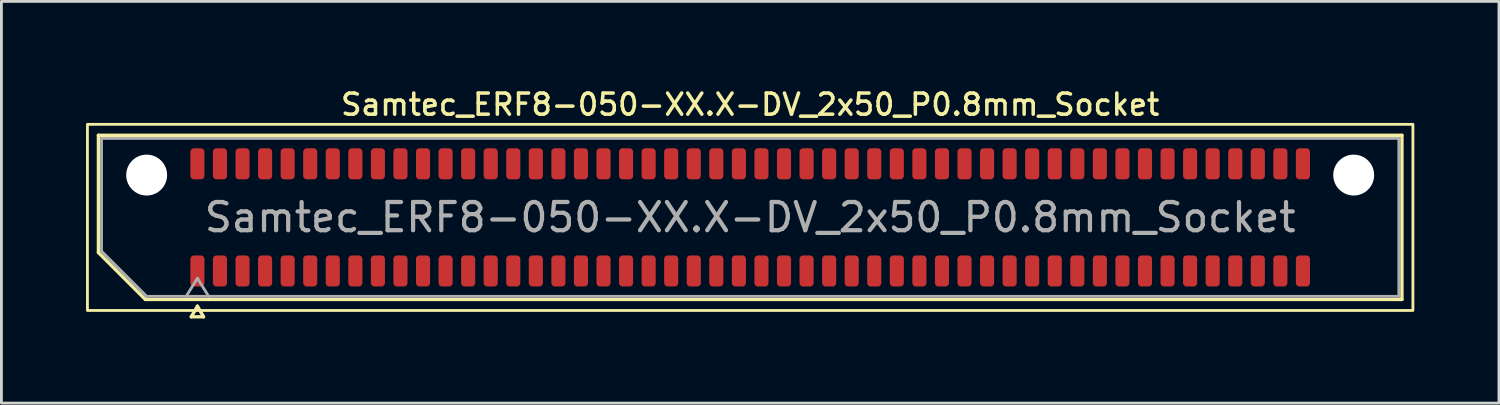
<source format=kicad_pcb>
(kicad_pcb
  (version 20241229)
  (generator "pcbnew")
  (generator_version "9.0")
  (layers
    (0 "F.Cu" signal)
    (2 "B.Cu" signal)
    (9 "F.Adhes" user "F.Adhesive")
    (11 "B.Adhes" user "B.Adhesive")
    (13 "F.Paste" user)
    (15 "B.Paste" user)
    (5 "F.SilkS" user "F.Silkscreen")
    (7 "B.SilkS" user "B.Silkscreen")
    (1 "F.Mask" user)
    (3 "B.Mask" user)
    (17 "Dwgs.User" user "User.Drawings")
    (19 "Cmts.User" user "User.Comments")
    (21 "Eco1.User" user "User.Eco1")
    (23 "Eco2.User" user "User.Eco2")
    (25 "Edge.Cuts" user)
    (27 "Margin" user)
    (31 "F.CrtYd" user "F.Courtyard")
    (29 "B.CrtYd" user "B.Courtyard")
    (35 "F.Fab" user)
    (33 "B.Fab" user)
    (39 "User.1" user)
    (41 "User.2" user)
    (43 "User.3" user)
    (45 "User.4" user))
  (footprint "Samtec_ERF8-050-XX.X-DV_2x50_P0.8mm_Socket"
    (layer "F.Cu")
    (at 23.55 4.658)
    (property "Reference" "Samtec_ERF8-050-XX.X-DV_2x50_P0.8mm_Socket" (at 0 -4 0) (layer "F.SilkS") (effects (font (size 0.75 0.75) (thickness 0.125))))
    (attr smd)
    (fp_line (start -23.11 -2.91) (end 23.11 -2.91) (stroke (width 0.12) (type solid)) (layer "F.SilkS"))
    (fp_line (start -23.11 1.246) (end -23.11 -2.91) (stroke (width 0.12) (type solid)) (layer "F.SilkS"))
    (fp_line (start -21.446 2.91) (end -23.11 1.246) (stroke (width 0.12) (type solid)) (layer "F.SilkS"))
    (fp_line (start -19.817 3.525) (end -19.6 3.15) (stroke (width 0.12) (type solid)) (layer "F.SilkS"))
    (fp_line (start -19.6 3.15) (end -19.383 3.525) (stroke (width 0.12) (type solid)) (layer "F.SilkS"))
    (fp_line (start -19.383 3.525) (end -19.817 3.525) (stroke (width 0.12) (type solid)) (layer "F.SilkS"))
    (fp_line (start 23.11 -2.91) (end 23.11 2.91) (stroke (width 0.12) (type solid)) (layer "F.SilkS"))
    (fp_line (start 23.11 2.91) (end -21.446 2.91) (stroke (width 0.12) (type solid)) (layer "F.SilkS"))
    (fp_rect (start -23.5 -3.3) (end 23.5 3.3) (stroke (width 0.1) (type solid)) (fill no) (layer "F.SilkS"))
    (fp_line (start -23 -2.8) (end 23 -2.8) (stroke (width 0.1) (type solid)) (layer "F.Fab"))
    (fp_line (start -23 1.2) (end -23 -2.8) (stroke (width 0.1) (type solid)) (layer "F.Fab"))
    (fp_line (start -21.4 2.8) (end -23 1.2) (stroke (width 0.1) (type solid)) (layer "F.Fab"))
    (fp_line (start -20 2.8) (end -19.6 2.16) (stroke (width 0.1) (type solid)) (layer "F.Fab"))
    (fp_line (start -19.6 2.16) (end -19.2 2.8) (stroke (width 0.1) (type solid)) (layer "F.Fab"))
    (fp_line (start 23 -2.8) (end 23 2.8) (stroke (width 0.1) (type solid)) (layer "F.Fab"))
    (fp_line (start 23 2.8) (end -21.4 2.8) (stroke (width 0.1) (type solid)) (layer "F.Fab"))
    (fp_text user "${REFERENCE}" (at 0 0 0) (layer "F.Fab") (effects (font (size 1 1) (thickness 0.15))))
    (pad "" np_thru_hole circle (at -21.4 -1.5) (size 1.45 1.45) (drill 1.45) (layers "*.Cu" "*.Mask"))
    (pad "" np_thru_hole circle (at 21.4 -1.5) (size 1.45 1.45) (drill 1.45) (layers "*.Cu" "*.Mask"))
    (pad "1" smd roundrect (at -19.6 1.9) (size 0.5 1.1) (layers "F.Cu" "F.Mask" "F.Paste") (roundrect_rratio 0.25))
    (pad "2" smd roundrect (at -19.6 -1.9) (size 0.5 1.1) (layers "F.Cu" "F.Mask" "F.Paste") (roundrect_rratio 0.25))
    (pad "3" smd roundrect (at -18.8 1.9) (size 0.5 1.1) (layers "F.Cu" "F.Mask" "F.Paste") (roundrect_rratio 0.25))
    (pad "4" smd roundrect (at -18.8 -1.9) (size 0.5 1.1) (layers "F.Cu" "F.Mask" "F.Paste") (roundrect_rratio 0.25))
    (pad "5" smd roundrect (at -18 1.9) (size 0.5 1.1) (layers "F.Cu" "F.Mask" "F.Paste") (roundrect_rratio 0.25))
    (pad "6" smd roundrect (at -18 -1.9) (size 0.5 1.1) (layers "F.Cu" "F.Mask" "F.Paste") (roundrect_rratio 0.25))
    (pad "7" smd roundrect (at -17.2 1.9) (size 0.5 1.1) (layers "F.Cu" "F.Mask" "F.Paste") (roundrect_rratio 0.25))
    (pad "8" smd roundrect (at -17.2 -1.9) (size 0.5 1.1) (layers "F.Cu" "F.Mask" "F.Paste") (roundrect_rratio 0.25))
    (pad "9" smd roundrect (at -16.4 1.9) (size 0.5 1.1) (layers "F.Cu" "F.Mask" "F.Paste") (roundrect_rratio 0.25))
    (pad "10" smd roundrect (at -16.4 -1.9) (size 0.5 1.1) (layers "F.Cu" "F.Mask" "F.Paste") (roundrect_rratio 0.25))
    (pad "11" smd roundrect (at -15.6 1.9) (size 0.5 1.1) (layers "F.Cu" "F.Mask" "F.Paste") (roundrect_rratio 0.25))
    (pad "12" smd roundrect (at -15.6 -1.9) (size 0.5 1.1) (layers "F.Cu" "F.Mask" "F.Paste") (roundrect_rratio 0.25))
    (pad "13" smd roundrect (at -14.8 1.9) (size 0.5 1.1) (layers "F.Cu" "F.Mask" "F.Paste") (roundrect_rratio 0.25))
    (pad "14" smd roundrect (at -14.8 -1.9) (size 0.5 1.1) (layers "F.Cu" "F.Mask" "F.Paste") (roundrect_rratio 0.25))
    (pad "15" smd roundrect (at -14 1.9) (size 0.5 1.1) (layers "F.Cu" "F.Mask" "F.Paste") (roundrect_rratio 0.25))
    (pad "16" smd roundrect (at -14 -1.9) (size 0.5 1.1) (layers "F.Cu" "F.Mask" "F.Paste") (roundrect_rratio 0.25))
    (pad "17" smd roundrect (at -13.2 1.9) (size 0.5 1.1) (layers "F.Cu" "F.Mask" "F.Paste") (roundrect_rratio 0.25))
    (pad "18" smd roundrect (at -13.2 -1.9) (size 0.5 1.1) (layers "F.Cu" "F.Mask" "F.Paste") (roundrect_rratio 0.25))
    (pad "19" smd roundrect (at -12.4 1.9) (size 0.5 1.1) (layers "F.Cu" "F.Mask" "F.Paste") (roundrect_rratio 0.25))
    (pad "20" smd roundrect (at -12.4 -1.9) (size 0.5 1.1) (layers "F.Cu" "F.Mask" "F.Paste") (roundrect_rratio 0.25))
    (pad "21" smd roundrect (at -11.6 1.9) (size 0.5 1.1) (layers "F.Cu" "F.Mask" "F.Paste") (roundrect_rratio 0.25))
    (pad "22" smd roundrect (at -11.6 -1.9) (size 0.5 1.1) (layers "F.Cu" "F.Mask" "F.Paste") (roundrect_rratio 0.25))
    (pad "23" smd roundrect (at -10.8 1.9) (size 0.5 1.1) (layers "F.Cu" "F.Mask" "F.Paste") (roundrect_rratio 0.25))
    (pad "24" smd roundrect (at -10.8 -1.9) (size 0.5 1.1) (layers "F.Cu" "F.Mask" "F.Paste") (roundrect_rratio 0.25))
    (pad "25" smd roundrect (at -10 1.9) (size 0.5 1.1) (layers "F.Cu" "F.Mask" "F.Paste") (roundrect_rratio 0.25))
    (pad "26" smd roundrect (at -10 -1.9) (size 0.5 1.1) (layers "F.Cu" "F.Mask" "F.Paste") (roundrect_rratio 0.25))
    (pad "27" smd roundrect (at -9.2 1.9) (size 0.5 1.1) (layers "F.Cu" "F.Mask" "F.Paste") (roundrect_rratio 0.25))
    (pad "28" smd roundrect (at -9.2 -1.9) (size 0.5 1.1) (layers "F.Cu" "F.Mask" "F.Paste") (roundrect_rratio 0.25))
    (pad "29" smd roundrect (at -8.4 1.9) (size 0.5 1.1) (layers "F.Cu" "F.Mask" "F.Paste") (roundrect_rratio 0.25))
    (pad "30" smd roundrect (at -8.4 -1.9) (size 0.5 1.1) (layers "F.Cu" "F.Mask" "F.Paste") (roundrect_rratio 0.25))
    (pad "31" smd roundrect (at -7.6 1.9) (size 0.5 1.1) (layers "F.Cu" "F.Mask" "F.Paste") (roundrect_rratio 0.25))
    (pad "32" smd roundrect (at -7.6 -1.9) (size 0.5 1.1) (layers "F.Cu" "F.Mask" "F.Paste") (roundrect_rratio 0.25))
    (pad "33" smd roundrect (at -6.8 1.9) (size 0.5 1.1) (layers "F.Cu" "F.Mask" "F.Paste") (roundrect_rratio 0.25))
    (pad "34" smd roundrect (at -6.8 -1.9) (size 0.5 1.1) (layers "F.Cu" "F.Mask" "F.Paste") (roundrect_rratio 0.25))
    (pad "35" smd roundrect (at -6 1.9) (size 0.5 1.1) (layers "F.Cu" "F.Mask" "F.Paste") (roundrect_rratio 0.25))
    (pad "36" smd roundrect (at -6 -1.9) (size 0.5 1.1) (layers "F.Cu" "F.Mask" "F.Paste") (roundrect_rratio 0.25))
    (pad "37" smd roundrect (at -5.2 1.9) (size 0.5 1.1) (layers "F.Cu" "F.Mask" "F.Paste") (roundrect_rratio 0.25))
    (pad "38" smd roundrect (at -5.2 -1.9) (size 0.5 1.1) (layers "F.Cu" "F.Mask" "F.Paste") (roundrect_rratio 0.25))
    (pad "39" smd roundrect (at -4.4 1.9) (size 0.5 1.1) (layers "F.Cu" "F.Mask" "F.Paste") (roundrect_rratio 0.25))
    (pad "40" smd roundrect (at -4.4 -1.9) (size 0.5 1.1) (layers "F.Cu" "F.Mask" "F.Paste") (roundrect_rratio 0.25))
    (pad "41" smd roundrect (at -3.6 1.9) (size 0.5 1.1) (layers "F.Cu" "F.Mask" "F.Paste") (roundrect_rratio 0.25))
    (pad "42" smd roundrect (at -3.6 -1.9) (size 0.5 1.1) (layers "F.Cu" "F.Mask" "F.Paste") (roundrect_rratio 0.25))
    (pad "43" smd roundrect (at -2.8 1.9) (size 0.5 1.1) (layers "F.Cu" "F.Mask" "F.Paste") (roundrect_rratio 0.25))
    (pad "44" smd roundrect (at -2.8 -1.9) (size 0.5 1.1) (layers "F.Cu" "F.Mask" "F.Paste") (roundrect_rratio 0.25))
    (pad "45" smd roundrect (at -2 1.9) (size 0.5 1.1) (layers "F.Cu" "F.Mask" "F.Paste") (roundrect_rratio 0.25))
    (pad "46" smd roundrect (at -2 -1.9) (size 0.5 1.1) (layers "F.Cu" "F.Mask" "F.Paste") (roundrect_rratio 0.25))
    (pad "47" smd roundrect (at -1.2 1.9) (size 0.5 1.1) (layers "F.Cu" "F.Mask" "F.Paste") (roundrect_rratio 0.25))
    (pad "48" smd roundrect (at -1.2 -1.9) (size 0.5 1.1) (layers "F.Cu" "F.Mask" "F.Paste") (roundrect_rratio 0.25))
    (pad "49" smd roundrect (at -0.4 1.9) (size 0.5 1.1) (layers "F.Cu" "F.Mask" "F.Paste") (roundrect_rratio 0.25))
    (pad "50" smd roundrect (at -0.4 -1.9) (size 0.5 1.1) (layers "F.Cu" "F.Mask" "F.Paste") (roundrect_rratio 0.25))
    (pad "51" smd roundrect (at 0.4 1.9) (size 0.5 1.1) (layers "F.Cu" "F.Mask" "F.Paste") (roundrect_rratio 0.25))
    (pad "52" smd roundrect (at 0.4 -1.9) (size 0.5 1.1) (layers "F.Cu" "F.Mask" "F.Paste") (roundrect_rratio 0.25))
    (pad "53" smd roundrect (at 1.2 1.9) (size 0.5 1.1) (layers "F.Cu" "F.Mask" "F.Paste") (roundrect_rratio 0.25))
    (pad "54" smd roundrect (at 1.2 -1.9) (size 0.5 1.1) (layers "F.Cu" "F.Mask" "F.Paste") (roundrect_rratio 0.25))
    (pad "55" smd roundrect (at 2 1.9) (size 0.5 1.1) (layers "F.Cu" "F.Mask" "F.Paste") (roundrect_rratio 0.25))
    (pad "56" smd roundrect (at 2 -1.9) (size 0.5 1.1) (layers "F.Cu" "F.Mask" "F.Paste") (roundrect_rratio 0.25))
    (pad "57" smd roundrect (at 2.8 1.9) (size 0.5 1.1) (layers "F.Cu" "F.Mask" "F.Paste") (roundrect_rratio 0.25))
    (pad "58" smd roundrect (at 2.8 -1.9) (size 0.5 1.1) (layers "F.Cu" "F.Mask" "F.Paste") (roundrect_rratio 0.25))
    (pad "59" smd roundrect (at 3.6 1.9) (size 0.5 1.1) (layers "F.Cu" "F.Mask" "F.Paste") (roundrect_rratio 0.25))
    (pad "60" smd roundrect (at 3.6 -1.9) (size 0.5 1.1) (layers "F.Cu" "F.Mask" "F.Paste") (roundrect_rratio 0.25))
    (pad "61" smd roundrect (at 4.4 1.9) (size 0.5 1.1) (layers "F.Cu" "F.Mask" "F.Paste") (roundrect_rratio 0.25))
    (pad "62" smd roundrect (at 4.4 -1.9) (size 0.5 1.1) (layers "F.Cu" "F.Mask" "F.Paste") (roundrect_rratio 0.25))
    (pad "63" smd roundrect (at 5.2 1.9) (size 0.5 1.1) (layers "F.Cu" "F.Mask" "F.Paste") (roundrect_rratio 0.25))
    (pad "64" smd roundrect (at 5.2 -1.9) (size 0.5 1.1) (layers "F.Cu" "F.Mask" "F.Paste") (roundrect_rratio 0.25))
    (pad "65" smd roundrect (at 6 1.9) (size 0.5 1.1) (layers "F.Cu" "F.Mask" "F.Paste") (roundrect_rratio 0.25))
    (pad "66" smd roundrect (at 6 -1.9) (size 0.5 1.1) (layers "F.Cu" "F.Mask" "F.Paste") (roundrect_rratio 0.25))
    (pad "67" smd roundrect (at 6.8 1.9) (size 0.5 1.1) (layers "F.Cu" "F.Mask" "F.Paste") (roundrect_rratio 0.25))
    (pad "68" smd roundrect (at 6.8 -1.9) (size 0.5 1.1) (layers "F.Cu" "F.Mask" "F.Paste") (roundrect_rratio 0.25))
    (pad "69" smd roundrect (at 7.6 1.9) (size 0.5 1.1) (layers "F.Cu" "F.Mask" "F.Paste") (roundrect_rratio 0.25))
    (pad "70" smd roundrect (at 7.6 -1.9) (size 0.5 1.1) (layers "F.Cu" "F.Mask" "F.Paste") (roundrect_rratio 0.25))
    (pad "71" smd roundrect (at 8.4 1.9) (size 0.5 1.1) (layers "F.Cu" "F.Mask" "F.Paste") (roundrect_rratio 0.25))
    (pad "72" smd roundrect (at 8.4 -1.9) (size 0.5 1.1) (layers "F.Cu" "F.Mask" "F.Paste") (roundrect_rratio 0.25))
    (pad "73" smd roundrect (at 9.2 1.9) (size 0.5 1.1) (layers "F.Cu" "F.Mask" "F.Paste") (roundrect_rratio 0.25))
    (pad "74" smd roundrect (at 9.2 -1.9) (size 0.5 1.1) (layers "F.Cu" "F.Mask" "F.Paste") (roundrect_rratio 0.25))
    (pad "75" smd roundrect (at 10 1.9) (size 0.5 1.1) (layers "F.Cu" "F.Mask" "F.Paste") (roundrect_rratio 0.25))
    (pad "76" smd roundrect (at 10 -1.9) (size 0.5 1.1) (layers "F.Cu" "F.Mask" "F.Paste") (roundrect_rratio 0.25))
    (pad "77" smd roundrect (at 10.8 1.9) (size 0.5 1.1) (layers "F.Cu" "F.Mask" "F.Paste") (roundrect_rratio 0.25))
    (pad "78" smd roundrect (at 10.8 -1.9) (size 0.5 1.1) (layers "F.Cu" "F.Mask" "F.Paste") (roundrect_rratio 0.25))
    (pad "79" smd roundrect (at 11.6 1.9) (size 0.5 1.1) (layers "F.Cu" "F.Mask" "F.Paste") (roundrect_rratio 0.25))
    (pad "80" smd roundrect (at 11.6 -1.9) (size 0.5 1.1) (layers "F.Cu" "F.Mask" "F.Paste") (roundrect_rratio 0.25))
    (pad "81" smd roundrect (at 12.4 1.9) (size 0.5 1.1) (layers "F.Cu" "F.Mask" "F.Paste") (roundrect_rratio 0.25))
    (pad "82" smd roundrect (at 12.4 -1.9) (size 0.5 1.1) (layers "F.Cu" "F.Mask" "F.Paste") (roundrect_rratio 0.25))
    (pad "83" smd roundrect (at 13.2 1.9) (size 0.5 1.1) (layers "F.Cu" "F.Mask" "F.Paste") (roundrect_rratio 0.25))
    (pad "84" smd roundrect (at 13.2 -1.9) (size 0.5 1.1) (layers "F.Cu" "F.Mask" "F.Paste") (roundrect_rratio 0.25))
    (pad "85" smd roundrect (at 14 1.9) (size 0.5 1.1) (layers "F.Cu" "F.Mask" "F.Paste") (roundrect_rratio 0.25))
    (pad "86" smd roundrect (at 14 -1.9) (size 0.5 1.1) (layers "F.Cu" "F.Mask" "F.Paste") (roundrect_rratio 0.25))
    (pad "87" smd roundrect (at 14.8 1.9) (size 0.5 1.1) (layers "F.Cu" "F.Mask" "F.Paste") (roundrect_rratio 0.25))
    (pad "88" smd roundrect (at 14.8 -1.9) (size 0.5 1.1) (layers "F.Cu" "F.Mask" "F.Paste") (roundrect_rratio 0.25))
    (pad "89" smd roundrect (at 15.6 1.9) (size 0.5 1.1) (layers "F.Cu" "F.Mask" "F.Paste") (roundrect_rratio 0.25))
    (pad "90" smd roundrect (at 15.6 -1.9) (size 0.5 1.1) (layers "F.Cu" "F.Mask" "F.Paste") (roundrect_rratio 0.25))
    (pad "91" smd roundrect (at 16.4 1.9) (size 0.5 1.1) (layers "F.Cu" "F.Mask" "F.Paste") (roundrect_rratio 0.25))
    (pad "92" smd roundrect (at 16.4 -1.9) (size 0.5 1.1) (layers "F.Cu" "F.Mask" "F.Paste") (roundrect_rratio 0.25))
    (pad "93" smd roundrect (at 17.2 1.9) (size 0.5 1.1) (layers "F.Cu" "F.Mask" "F.Paste") (roundrect_rratio 0.25))
    (pad "94" smd roundrect (at 17.2 -1.9) (size 0.5 1.1) (layers "F.Cu" "F.Mask" "F.Paste") (roundrect_rratio 0.25))
    (pad "95" smd roundrect (at 18 1.9) (size 0.5 1.1) (layers "F.Cu" "F.Mask" "F.Paste") (roundrect_rratio 0.25))
    (pad "96" smd roundrect (at 18 -1.9) (size 0.5 1.1) (layers "F.Cu" "F.Mask" "F.Paste") (roundrect_rratio 0.25))
    (pad "97" smd roundrect (at 18.8 1.9) (size 0.5 1.1) (layers "F.Cu" "F.Mask" "F.Paste") (roundrect_rratio 0.25))
    (pad "98" smd roundrect (at 18.8 -1.9) (size 0.5 1.1) (layers "F.Cu" "F.Mask" "F.Paste") (roundrect_rratio 0.25))
    (pad "99" smd roundrect (at 19.6 1.9) (size 0.5 1.1) (layers "F.Cu" "F.Mask" "F.Paste") (roundrect_rratio 0.25))
    (pad "100" smd roundrect (at 19.6 -1.9) (size 0.5 1.1) (layers "F.Cu" "F.Mask" "F.Paste") (roundrect_rratio 0.25)))
  (gr_rect
    (start -3 -3)
    (end 50.1 11.243)
    (stroke (width 0.1) (type default))
    (fill no)
    (layer "Edge.Cuts")))
</source>
